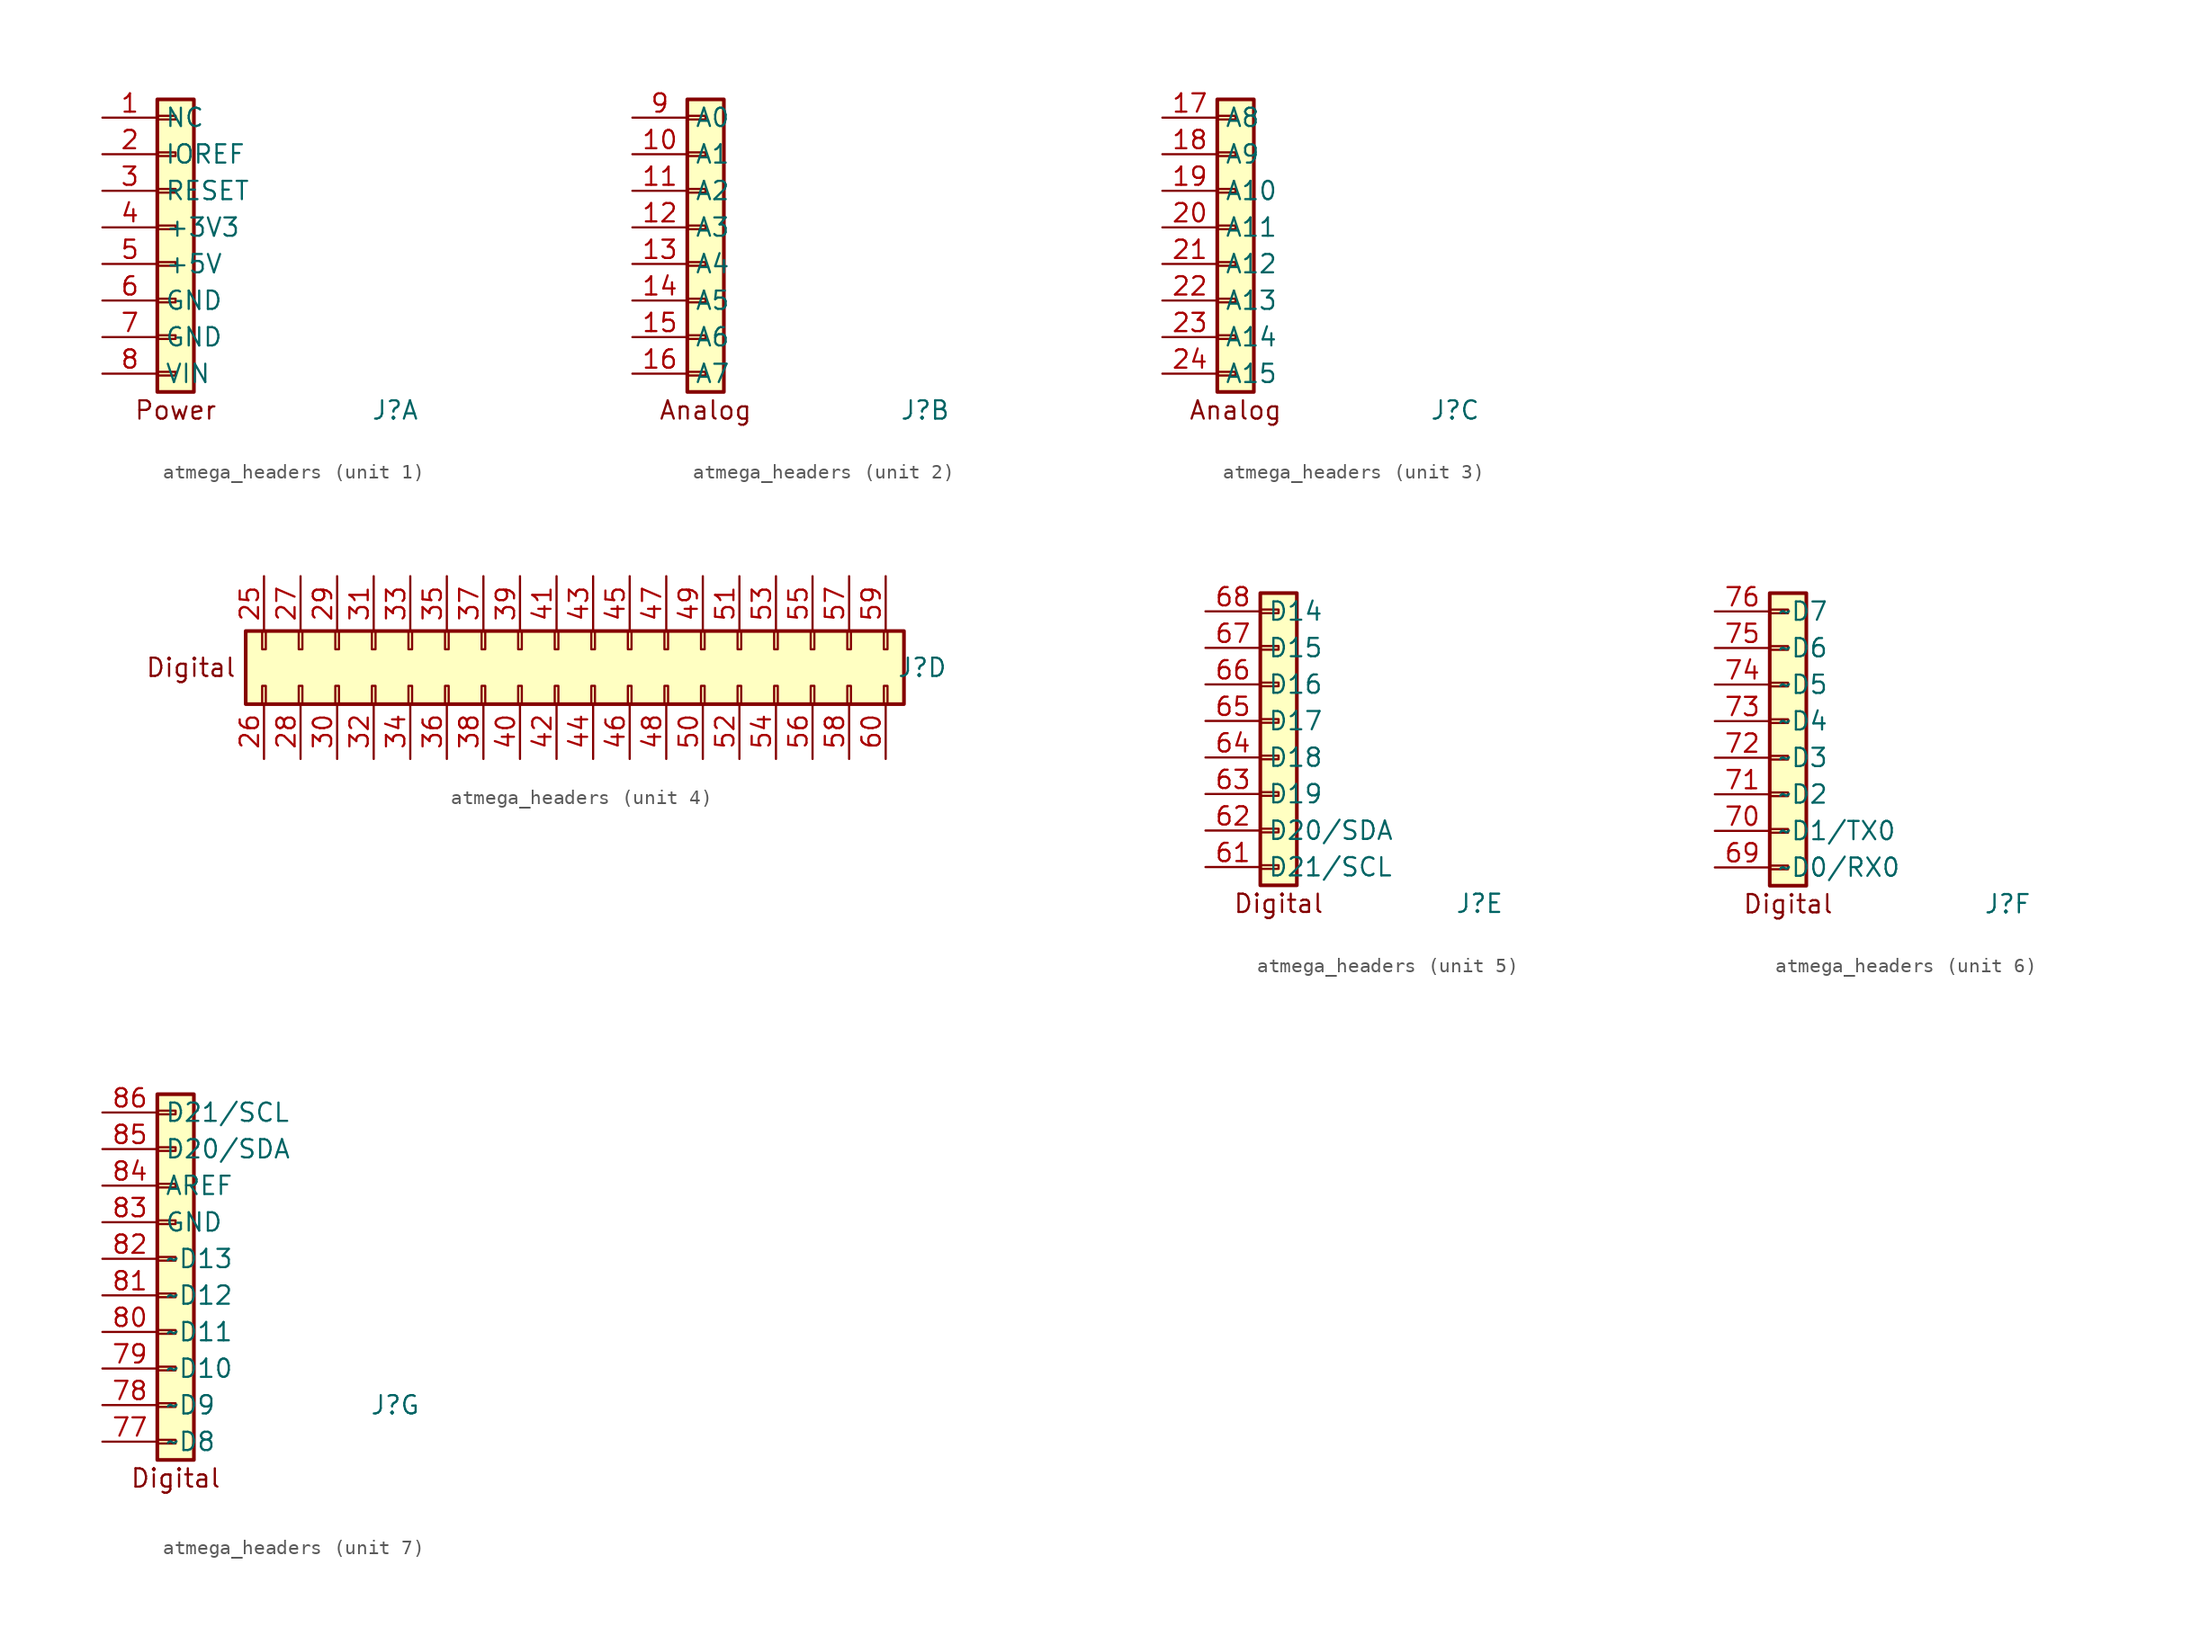
<source format=kicad_sym>
(kicad_symbol_lib
  (version 20231120)
  (generator "kicad_symbol_editor")
  (generator_version "8.0")
  (symbol "atmega_headers"
    (property "Reference" "J"
      (at 15.24 -22.86 0)
      (effects (font (size 1.27 1.27))))
    (property "Value" ""
      (at 21.59 -22.86 90)
      (effects (font (size 1.27 1.27))))
    (property "ki_locked" ""
      (at 0 0 0)
      (effects (font (size 1.27 1.27))))
    (symbol "atmega_headers_1_1"
      (rectangle (start -1.27 -20.193) (end 0 -20.447) (stroke (width 0.152) (type default)) (fill (type none)))
      (rectangle (start -1.27 -17.653) (end 0 -17.907) (stroke (width 0.152) (type default)) (fill (type none)))
      (rectangle (start -1.27 -15.113) (end 0 -15.367) (stroke (width 0.152) (type default)) (fill (type none)))
      (rectangle (start -1.27 -12.573) (end 0 -12.827) (stroke (width 0.152) (type default)) (fill (type none)))
      (rectangle (start -1.27 -10.033) (end 0 -10.287) (stroke (width 0.152) (type default)) (fill (type none)))
      (rectangle (start -1.27 -7.493) (end 0 -7.747) (stroke (width 0.152) (type default)) (fill (type none)))
      (rectangle (start -1.27 -4.953) (end 0 -5.207) (stroke (width 0.152) (type default)) (fill (type none)))
      (rectangle (start -1.27 -2.413) (end 0 -2.667) (stroke (width 0.152) (type default)) (fill (type none)))
      (rectangle (start -1.27 -1.27) (end 1.27 -21.59) (stroke (width 0.254) (type default)) (fill (type background)))
      (text "Power" (at 0 -22.86 0) (effects (font (face "KiCad Font") (size 1.27 1.27))))
      (pin passive line (at -5.08 -2.54 0) (length 3.81) (name "NC" (effects (font (size 1.27 1.27)))) (number "1" (effects (font (size 1.27 1.27)))))
      (pin passive line (at -5.08 -5.08 0) (length 3.81) (name "IOREF" (effects (font (size 1.27 1.27)))) (number "2" (effects (font (size 1.27 1.27)))))
      (pin passive line (at -5.08 -7.62 0) (length 3.81) (name "RESET" (effects (font (size 1.27 1.27)))) (number "3" (effects (font (size 1.27 1.27)))))
      (pin passive line (at -5.08 -10.16 0) (length 3.81) (name "+3V3" (effects (font (size 1.27 1.27)))) (number "4" (effects (font (size 1.27 1.27)))))
      (pin passive line (at -5.08 -12.7 0) (length 3.81) (name "+5V" (effects (font (size 1.27 1.27)))) (number "5" (effects (font (size 1.27 1.27)))))
      (pin passive line (at -5.08 -15.24 0) (length 3.81) (name "GND" (effects (font (size 1.27 1.27)))) (number "6" (effects (font (size 1.27 1.27)))))
      (pin passive line (at -5.08 -17.78 0) (length 3.81) (name "GND" (effects (font (size 1.27 1.27)))) (number "7" (effects (font (size 1.27 1.27)))))
      (pin passive line (at -5.08 -20.32 0) (length 3.81) (name "VIN" (effects (font (size 1.27 1.27)))) (number "8" (effects (font (size 1.27 1.27))))))
    (symbol "atmega_headers_2_1"
      (rectangle (start -1.27 -20.193) (end 0 -20.447) (stroke (width 0.152) (type default)) (fill (type none)))
      (rectangle (start -1.27 -17.653) (end 0 -17.907) (stroke (width 0.152) (type default)) (fill (type none)))
      (rectangle (start -1.27 -15.113) (end 0 -15.367) (stroke (width 0.152) (type default)) (fill (type none)))
      (rectangle (start -1.27 -12.573) (end 0 -12.827) (stroke (width 0.152) (type default)) (fill (type none)))
      (rectangle (start -1.27 -10.033) (end 0 -10.287) (stroke (width 0.152) (type default)) (fill (type none)))
      (rectangle (start -1.27 -7.493) (end 0 -7.747) (stroke (width 0.152) (type default)) (fill (type none)))
      (rectangle (start -1.27 -4.953) (end 0 -5.207) (stroke (width 0.152) (type default)) (fill (type none)))
      (rectangle (start -1.27 -2.413) (end 0 -2.667) (stroke (width 0.152) (type default)) (fill (type none)))
      (rectangle (start -1.27 -1.27) (end 1.27 -21.59) (stroke (width 0.254) (type default)) (fill (type background)))
      (text "Analog" (at 0 -22.86 0) (effects (font (size 1.27 1.27))))
      (pin passive line (at -5.08 -5.08 0) (length 3.81) (name "A1" (effects (font (size 1.27 1.27)))) (number "10" (effects (font (size 1.27 1.27)))))
      (pin passive line (at -5.08 -7.62 0) (length 3.81) (name "A2" (effects (font (size 1.27 1.27)))) (number "11" (effects (font (size 1.27 1.27)))))
      (pin passive line (at -5.08 -10.16 0) (length 3.81) (name "A3" (effects (font (size 1.27 1.27)))) (number "12" (effects (font (size 1.27 1.27)))))
      (pin passive line (at -5.08 -12.7 0) (length 3.81) (name "A4" (effects (font (size 1.27 1.27)))) (number "13" (effects (font (size 1.27 1.27)))))
      (pin passive line (at -5.08 -15.24 0) (length 3.81) (name "A5" (effects (font (size 1.27 1.27)))) (number "14" (effects (font (size 1.27 1.27)))))
      (pin passive line (at -5.08 -17.78 0) (length 3.81) (name "A6" (effects (font (size 1.27 1.27)))) (number "15" (effects (font (size 1.27 1.27)))))
      (pin passive line (at -5.08 -20.32 0) (length 3.81) (name "A7" (effects (font (size 1.27 1.27)))) (number "16" (effects (font (size 1.27 1.27)))))
      (pin passive line (at -5.08 -2.54 0) (length 3.81) (name "A0" (effects (font (size 1.27 1.27)))) (number "9" (effects (font (size 1.27 1.27))))))
    (symbol "atmega_headers_3_1"
      (rectangle (start -1.27 -20.193) (end 0 -20.447) (stroke (width 0.152) (type default)) (fill (type none)))
      (rectangle (start -1.27 -17.653) (end 0 -17.907) (stroke (width 0.152) (type default)) (fill (type none)))
      (rectangle (start -1.27 -15.113) (end 0 -15.367) (stroke (width 0.152) (type default)) (fill (type none)))
      (rectangle (start -1.27 -12.573) (end 0 -12.827) (stroke (width 0.152) (type default)) (fill (type none)))
      (rectangle (start -1.27 -10.033) (end 0 -10.287) (stroke (width 0.152) (type default)) (fill (type none)))
      (rectangle (start -1.27 -7.493) (end 0 -7.747) (stroke (width 0.152) (type default)) (fill (type none)))
      (rectangle (start -1.27 -4.953) (end 0 -5.207) (stroke (width 0.152) (type default)) (fill (type none)))
      (rectangle (start -1.27 -2.413) (end 0 -2.667) (stroke (width 0.152) (type default)) (fill (type none)))
      (rectangle (start -1.27 -1.27) (end 1.27 -21.59) (stroke (width 0.254) (type default)) (fill (type background)))
      (text "Analog" (at 0 -22.86 0) (effects (font (size 1.27 1.27))))
      (pin passive line (at -5.08 -2.54 0) (length 3.81) (name "A8" (effects (font (size 1.27 1.27)))) (number "17" (effects (font (size 1.27 1.27)))))
      (pin passive line (at -5.08 -5.08 0) (length 3.81) (name "A9" (effects (font (size 1.27 1.27)))) (number "18" (effects (font (size 1.27 1.27)))))
      (pin passive line (at -5.08 -7.62 0) (length 3.81) (name "A10" (effects (font (size 1.27 1.27)))) (number "19" (effects (font (size 1.27 1.27)))))
      (pin passive line (at -5.08 -10.16 0) (length 3.81) (name "A11" (effects (font (size 1.27 1.27)))) (number "20" (effects (font (size 1.27 1.27)))))
      (pin passive line (at -5.08 -12.7 0) (length 3.81) (name "A12" (effects (font (size 1.27 1.27)))) (number "21" (effects (font (size 1.27 1.27)))))
      (pin passive line (at -5.08 -15.24 0) (length 3.81) (name "A13" (effects (font (size 1.27 1.27)))) (number "22" (effects (font (size 1.27 1.27)))))
      (pin passive line (at -5.08 -17.78 0) (length 3.81) (name "A14" (effects (font (size 1.27 1.27)))) (number "23" (effects (font (size 1.27 1.27)))))
      (pin passive line (at -5.08 -20.32 0) (length 3.81) (name "A15" (effects (font (size 1.27 1.27)))) (number "24" (effects (font (size 1.27 1.27))))))
    (symbol "atmega_headers_4_1"
      (rectangle (start -31.75 -25.4) (end 13.97 -20.32) (stroke (width 0.254) (type default)) (fill (type background)))
      (rectangle (start -30.607 -21.59) (end -30.353 -20.32) (stroke (width 0.152) (type default)) (fill (type none)))
      (rectangle (start -30.353 -24.13) (end -30.607 -25.4) (stroke (width 0.152) (type default)) (fill (type none)))
      (rectangle (start -27.813 -24.13) (end -28.067 -25.4) (stroke (width 0.152) (type default)) (fill (type none)))
      (rectangle (start -27.813 -21.59) (end -28.067 -20.32) (stroke (width 0.152) (type default)) (fill (type none)))
      (rectangle (start -25.273 -24.13) (end -25.527 -25.4) (stroke (width 0.152) (type default)) (fill (type none)))
      (rectangle (start -25.273 -21.59) (end -25.527 -20.32) (stroke (width 0.152) (type default)) (fill (type none)))
      (rectangle (start -22.733 -24.13) (end -22.987 -25.4) (stroke (width 0.152) (type default)) (fill (type none)))
      (rectangle (start -22.733 -21.59) (end -22.987 -20.32) (stroke (width 0.152) (type default)) (fill (type none)))
      (rectangle (start -20.193 -24.13) (end -20.447 -25.4) (stroke (width 0.152) (type default)) (fill (type none)))
      (rectangle (start -20.193 -21.59) (end -20.447 -20.32) (stroke (width 0.152) (type default)) (fill (type none)))
      (rectangle (start -17.653 -24.13) (end -17.907 -25.4) (stroke (width 0.152) (type default)) (fill (type none)))
      (rectangle (start -17.653 -21.59) (end -17.907 -20.32) (stroke (width 0.152) (type default)) (fill (type none)))
      (rectangle (start -15.113 -24.13) (end -15.367 -25.4) (stroke (width 0.152) (type default)) (fill (type none)))
      (rectangle (start -15.113 -21.59) (end -15.367 -20.32) (stroke (width 0.152) (type default)) (fill (type none)))
      (rectangle (start -12.573 -24.13) (end -12.827 -25.4) (stroke (width 0.152) (type default)) (fill (type none)))
      (rectangle (start -12.573 -21.59) (end -12.827 -20.32) (stroke (width 0.152) (type default)) (fill (type none)))
      (rectangle (start -10.033 -24.13) (end -10.287 -25.4) (stroke (width 0.152) (type default)) (fill (type none)))
      (rectangle (start -10.033 -21.59) (end -10.287 -20.32) (stroke (width 0.152) (type default)) (fill (type none)))
      (rectangle (start -7.493 -24.13) (end -7.747 -25.4) (stroke (width 0.152) (type default)) (fill (type none)))
      (rectangle (start -7.493 -21.59) (end -7.747 -20.32) (stroke (width 0.152) (type default)) (fill (type none)))
      (rectangle (start -4.953 -24.13) (end -5.207 -25.4) (stroke (width 0.152) (type default)) (fill (type none)))
      (rectangle (start -4.953 -21.59) (end -5.207 -20.32) (stroke (width 0.152) (type default)) (fill (type none)))
      (rectangle (start -2.413 -24.13) (end -2.667 -25.4) (stroke (width 0.152) (type default)) (fill (type none)))
      (rectangle (start -2.413 -21.59) (end -2.667 -20.32) (stroke (width 0.152) (type default)) (fill (type none)))
      (rectangle (start 0.127 -24.13) (end -0.127 -25.4) (stroke (width 0.152) (type default)) (fill (type none)))
      (rectangle (start 0.127 -21.59) (end -0.127 -20.32) (stroke (width 0.152) (type default)) (fill (type none)))
      (rectangle (start 2.667 -24.13) (end 2.413 -25.4) (stroke (width 0.152) (type default)) (fill (type none)))
      (rectangle (start 2.667 -21.59) (end 2.413 -20.32) (stroke (width 0.152) (type default)) (fill (type none)))
      (rectangle (start 5.207 -24.13) (end 4.953 -25.4) (stroke (width 0.152) (type default)) (fill (type none)))
      (rectangle (start 5.207 -21.59) (end 4.953 -20.32) (stroke (width 0.152) (type default)) (fill (type none)))
      (rectangle (start 7.747 -24.13) (end 7.493 -25.4) (stroke (width 0.152) (type default)) (fill (type none)))
      (rectangle (start 7.747 -21.59) (end 7.493 -20.32) (stroke (width 0.152) (type default)) (fill (type none)))
      (rectangle (start 10.287 -24.13) (end 10.033 -25.4) (stroke (width 0.152) (type default)) (fill (type none)))
      (rectangle (start 10.287 -21.59) (end 10.033 -20.32) (stroke (width 0.152) (type default)) (fill (type none)))
      (rectangle (start 12.827 -24.13) (end 12.573 -25.4) (stroke (width 0.152) (type default)) (fill (type none)))
      (rectangle (start 12.827 -21.59) (end 12.573 -20.32) (stroke (width 0.152) (type default)) (fill (type none)))
      (text "Digital" (at -35.56 -22.86 0) (effects (font (size 1.27 1.27))))
      (pin passive line (at -30.48 -16.51 270) (length 3.81) (name "GND" (effects (font (size 0 0)))) (number "25" (effects (font (size 1.27 1.27)))))
      (pin passive line (at -30.48 -29.21 90) (length 3.81) (name "GND" (effects (font (size 0 0)))) (number "26" (effects (font (size 1.27 1.27)))))
      (pin passive line (at -27.94 -16.51 270) (length 3.81) (name "SCK" (effects (font (size 0 0)))) (number "27" (effects (font (size 1.27 1.27)))))
      (pin passive line (at -27.94 -29.21 90) (length 3.81) (name "~SS" (effects (font (size 0 0)))) (number "28" (effects (font (size 1.27 1.27)))))
      (pin passive line (at -25.4 -16.51 270) (length 3.81) (name "CIPO" (effects (font (size 0 0)))) (number "29" (effects (font (size 1.27 1.27)))))
      (pin passive line (at -25.4 -29.21 90) (length 3.81) (name "COPI" (effects (font (size 0 0)))) (number "30" (effects (font (size 1.27 1.27)))))
      (pin passive line (at -22.86 -16.51 270) (length 3.81) (name "D48" (effects (font (size 0 0)))) (number "31" (effects (font (size 1.27 1.27)))))
      (pin passive line (at -22.86 -29.21 90) (length 3.81) (name "D49" (effects (font (size 0 0)))) (number "32" (effects (font (size 1.27 1.27)))))
      (pin passive line (at -20.32 -16.51 270) (length 3.81) (name "D46~" (effects (font (size 0 0)))) (number "33" (effects (font (size 1.27 1.27)))))
      (pin passive line (at -20.32 -29.21 90) (length 3.81) (name "D47" (effects (font (size 0 0)))) (number "34" (effects (font (size 1.27 1.27)))))
      (pin passive line (at -17.78 -16.51 270) (length 3.81) (name "D44~" (effects (font (size 0 0)))) (number "35" (effects (font (size 1.27 1.27)))))
      (pin passive line (at -17.78 -29.21 90) (length 3.81) (name "~D45" (effects (font (size 0 0)))) (number "36" (effects (font (size 1.27 1.27)))))
      (pin passive line (at -15.24 -16.51 270) (length 3.81) (name "D42" (effects (font (size 0 0)))) (number "37" (effects (font (size 1.27 1.27)))))
      (pin passive line (at -15.24 -29.21 90) (length 3.81) (name "D43" (effects (font (size 0 0)))) (number "38" (effects (font (size 1.27 1.27)))))
      (pin passive line (at -12.7 -16.51 270) (length 3.81) (name "D40" (effects (font (size 0 0)))) (number "39" (effects (font (size 1.27 1.27)))))
      (pin passive line (at -12.7 -29.21 90) (length 3.81) (name "D41" (effects (font (size 0 0)))) (number "40" (effects (font (size 1.27 1.27)))))
      (pin passive line (at -10.16 -16.51 270) (length 3.81) (name "D38" (effects (font (size 0 0)))) (number "41" (effects (font (size 1.27 1.27)))))
      (pin passive line (at -10.16 -29.21 90) (length 3.81) (name "D39" (effects (font (size 0 0)))) (number "42" (effects (font (size 1.27 1.27)))))
      (pin passive line (at -7.62 -16.51 270) (length 3.81) (name "D36" (effects (font (size 0 0)))) (number "43" (effects (font (size 1.27 1.27)))))
      (pin passive line (at -7.62 -29.21 90) (length 3.81) (name "D37" (effects (font (size 0 0)))) (number "44" (effects (font (size 1.27 1.27)))))
      (pin passive line (at -5.08 -16.51 270) (length 3.81) (name "D34" (effects (font (size 0 0)))) (number "45" (effects (font (size 1.27 1.27)))))
      (pin passive line (at -5.08 -29.21 90) (length 3.81) (name "D35" (effects (font (size 0 0)))) (number "46" (effects (font (size 1.27 1.27)))))
      (pin passive line (at -2.54 -16.51 270) (length 3.81) (name "D32" (effects (font (size 0 0)))) (number "47" (effects (font (size 1.27 1.27)))))
      (pin passive line (at -2.54 -29.21 90) (length 3.81) (name "D33" (effects (font (size 0 0)))) (number "48" (effects (font (size 1.27 1.27)))))
      (pin passive line (at 0 -16.51 270) (length 3.81) (name "D30" (effects (font (size 0 0)))) (number "49" (effects (font (size 1.27 1.27)))))
      (pin passive line (at 0 -29.21 90) (length 3.81) (name "D31" (effects (font (size 0 0)))) (number "50" (effects (font (size 1.27 1.27)))))
      (pin passive line (at 2.54 -16.51 270) (length 3.81) (name "D28" (effects (font (size 0 0)))) (number "51" (effects (font (size 1.27 1.27)))))
      (pin passive line (at 2.54 -29.21 90) (length 3.81) (name "D29" (effects (font (size 0 0)))) (number "52" (effects (font (size 1.27 1.27)))))
      (pin passive line (at 5.08 -16.51 270) (length 3.81) (name "D26" (effects (font (size 0 0)))) (number "53" (effects (font (size 1.27 1.27)))))
      (pin passive line (at 5.08 -29.21 90) (length 3.81) (name "D27" (effects (font (size 0 0)))) (number "54" (effects (font (size 1.27 1.27)))))
      (pin passive line (at 7.62 -16.51 270) (length 3.81) (name "D24" (effects (font (size 0 0)))) (number "55" (effects (font (size 1.27 1.27)))))
      (pin passive line (at 7.62 -29.21 90) (length 3.81) (name "D25" (effects (font (size 0 0)))) (number "56" (effects (font (size 1.27 1.27)))))
      (pin passive line (at 10.16 -16.51 270) (length 3.81) (name "D22" (effects (font (size 0 0)))) (number "57" (effects (font (size 1.27 1.27)))))
      (pin passive line (at 10.16 -29.21 90) (length 3.81) (name "D23" (effects (font (size 0 0)))) (number "58" (effects (font (size 1.27 1.27)))))
      (pin passive line (at 12.7 -16.51 270) (length 3.81) (name "+5V" (effects (font (size 0 0)))) (number "59" (effects (font (size 1.27 1.27)))))
      (pin passive line (at 12.7 -29.21 90) (length 3.81) (name "+5V" (effects (font (size 0 0)))) (number "60" (effects (font (size 1.27 1.27))))))
    (symbol "atmega_headers_5_1"
      (rectangle (start 0 -20.193) (end 1.27 -20.447) (stroke (width 0.152) (type default)) (fill (type none)))
      (rectangle (start 0 -17.653) (end 1.27 -17.907) (stroke (width 0.152) (type default)) (fill (type none)))
      (rectangle (start 0 -15.113) (end 1.27 -15.367) (stroke (width 0.152) (type default)) (fill (type none)))
      (rectangle (start 0 -12.573) (end 1.27 -12.827) (stroke (width 0.152) (type default)) (fill (type none)))
      (rectangle (start 0 -10.033) (end 1.27 -10.287) (stroke (width 0.152) (type default)) (fill (type none)))
      (rectangle (start 0 -7.493) (end 1.27 -7.747) (stroke (width 0.152) (type default)) (fill (type none)))
      (rectangle (start 0 -4.953) (end 1.27 -5.207) (stroke (width 0.152) (type default)) (fill (type none)))
      (rectangle (start 0 -2.413) (end 1.27 -2.667) (stroke (width 0.152) (type default)) (fill (type none)))
      (rectangle (start 0 -1.27) (end 2.54 -21.59) (stroke (width 0.254) (type default)) (fill (type background)))
      (text "Digital" (at 1.27 -22.86 0) (effects (font (face "KiCad Font") (size 1.27 1.27))))
      (pin passive line (at -3.81 -20.32 0) (length 3.81) (name "D21/SCL" (effects (font (size 1.27 1.27)))) (number "61" (effects (font (size 1.27 1.27)))))
      (pin passive line (at -3.81 -17.78 0) (length 3.81) (name "D20/SDA" (effects (font (size 1.27 1.27)))) (number "62" (effects (font (size 1.27 1.27)))))
      (pin passive line (at -3.81 -15.24 0) (length 3.81) (name "D19" (effects (font (size 1.27 1.27)))) (number "63" (effects (font (size 1.27 1.27)))))
      (pin passive line (at -3.81 -12.7 0) (length 3.81) (name "D18" (effects (font (size 1.27 1.27)))) (number "64" (effects (font (size 1.27 1.27)))))
      (pin passive line (at -3.81 -10.16 0) (length 3.81) (name "D17" (effects (font (size 1.27 1.27)))) (number "65" (effects (font (size 1.27 1.27)))))
      (pin passive line (at -3.81 -7.62 0) (length 3.81) (name "D16" (effects (font (size 1.27 1.27)))) (number "66" (effects (font (size 1.27 1.27)))))
      (pin passive line (at -3.81 -5.08 0) (length 3.81) (name "D15" (effects (font (size 1.27 1.27)))) (number "67" (effects (font (size 1.27 1.27)))))
      (pin passive line (at -3.81 -2.54 0) (length 3.81) (name "D14" (effects (font (size 1.27 1.27)))) (number "68" (effects (font (size 1.27 1.27))))))
    (symbol "atmega_headers_6_1"
      (rectangle (start -1.27 -20.193) (end 0 -20.447) (stroke (width 0.152) (type default)) (fill (type none)))
      (rectangle (start -1.27 -17.653) (end 0 -17.907) (stroke (width 0.152) (type default)) (fill (type none)))
      (rectangle (start -1.27 -15.113) (end 0 -15.367) (stroke (width 0.152) (type default)) (fill (type none)))
      (rectangle (start -1.27 -12.573) (end 0 -12.827) (stroke (width 0.152) (type default)) (fill (type none)))
      (rectangle (start -1.27 -10.033) (end 0 -10.287) (stroke (width 0.152) (type default)) (fill (type none)))
      (rectangle (start -1.27 -7.493) (end 0 -7.747) (stroke (width 0.152) (type default)) (fill (type none)))
      (rectangle (start -1.27 -4.953) (end 0 -5.207) (stroke (width 0.152) (type default)) (fill (type none)))
      (rectangle (start -1.27 -2.413) (end 0 -2.667) (stroke (width 0.152) (type default)) (fill (type none)))
      (rectangle (start -1.27 -1.27) (end 1.27 -21.59) (stroke (width 0.254) (type default)) (fill (type background)))
      (text "Digital" (at 0 -22.86 0) (effects (font (face "KiCad Font") (size 1.27 1.27))))
      (pin passive line (at -5.08 -20.32 0) (length 3.81) (name "~D0/RX0" (effects (font (size 1.27 1.27)))) (number "69" (effects (font (size 1.27 1.27)))))
      (pin passive line (at -5.08 -17.78 0) (length 3.81) (name "~D1/TX0" (effects (font (size 1.27 1.27)))) (number "70" (effects (font (size 1.27 1.27)))))
      (pin passive line (at -5.08 -15.24 0) (length 3.81) (name "~D2" (effects (font (size 1.27 1.27)))) (number "71" (effects (font (size 1.27 1.27)))))
      (pin passive line (at -5.08 -12.7 0) (length 3.81) (name "~D3" (effects (font (size 1.27 1.27)))) (number "72" (effects (font (size 1.27 1.27)))))
      (pin passive line (at -5.08 -10.16 0) (length 3.81) (name "~D4" (effects (font (size 1.27 1.27)))) (number "73" (effects (font (size 1.27 1.27)))))
      (pin passive line (at -5.08 -7.62 0) (length 3.81) (name "~D5" (effects (font (size 1.27 1.27)))) (number "74" (effects (font (size 1.27 1.27)))))
      (pin passive line (at -5.08 -5.08 0) (length 3.81) (name "~D6" (effects (font (size 1.27 1.27)))) (number "75" (effects (font (size 1.27 1.27)))))
      (pin passive line (at -5.08 -2.54 0) (length 3.81) (name "~D7" (effects (font (size 1.27 1.27)))) (number "76" (effects (font (size 1.27 1.27))))))
    (symbol "atmega_headers_7_1"
      (rectangle (start -1.27 -25.273) (end 0 -25.527) (stroke (width 0.152) (type default)) (fill (type none)))
      (rectangle (start -1.27 -22.733) (end 0 -22.987) (stroke (width 0.152) (type default)) (fill (type none)))
      (rectangle (start -1.27 -20.193) (end 0 -20.447) (stroke (width 0.152) (type default)) (fill (type none)))
      (rectangle (start -1.27 -17.653) (end 0 -17.907) (stroke (width 0.152) (type default)) (fill (type none)))
      (rectangle (start -1.27 -15.113) (end 0 -15.367) (stroke (width 0.152) (type default)) (fill (type none)))
      (rectangle (start -1.27 -12.573) (end 0 -12.827) (stroke (width 0.152) (type default)) (fill (type none)))
      (rectangle (start -1.27 -10.033) (end 0 -10.287) (stroke (width 0.152) (type default)) (fill (type none)))
      (rectangle (start -1.27 -7.493) (end 0 -7.747) (stroke (width 0.152) (type default)) (fill (type none)))
      (rectangle (start -1.27 -4.953) (end 0 -5.207) (stroke (width 0.152) (type default)) (fill (type none)))
      (rectangle (start -1.27 -2.413) (end 0 -2.667) (stroke (width 0.152) (type default)) (fill (type none)))
      (rectangle (start -1.27 -1.27) (end 1.27 -26.67) (stroke (width 0.254) (type default)) (fill (type background)))
      (text "Digital" (at 0 -27.94 0) (effects (font (size 1.27 1.27))))
      (pin passive line (at -5.08 -25.4 0) (length 3.81) (name "~D8" (effects (font (size 1.27 1.27)))) (number "77" (effects (font (size 1.27 1.27)))))
      (pin passive line (at -5.08 -22.86 0) (length 3.81) (name "~D9" (effects (font (size 1.27 1.27)))) (number "78" (effects (font (size 1.27 1.27)))))
      (pin passive line (at -5.08 -20.32 0) (length 3.81) (name "~D10" (effects (font (size 1.27 1.27)))) (number "79" (effects (font (size 1.27 1.27)))))
      (pin passive line (at -5.08 -17.78 0) (length 3.81) (name "~D11" (effects (font (size 1.27 1.27)))) (number "80" (effects (font (size 1.27 1.27)))))
      (pin passive line (at -5.08 -15.24 0) (length 3.81) (name "~D12" (effects (font (size 1.27 1.27)))) (number "81" (effects (font (size 1.27 1.27)))))
      (pin passive line (at -5.08 -12.7 0) (length 3.81) (name "~D13" (effects (font (size 1.27 1.27)))) (number "82" (effects (font (size 1.27 1.27)))))
      (pin passive line (at -5.08 -10.16 0) (length 3.81) (name "GND" (effects (font (size 1.27 1.27)))) (number "83" (effects (font (size 1.27 1.27)))))
      (pin passive line (at -5.08 -7.62 0) (length 3.81) (name "AREF" (effects (font (size 1.27 1.27)))) (number "84" (effects (font (size 1.27 1.27)))))
      (pin passive line (at -5.08 -5.08 0) (length 3.81) (name "D20/SDA" (effects (font (size 1.27 1.27)))) (number "85" (effects (font (size 1.27 1.27)))))
      (pin passive line (at -5.08 -2.54 0) (length 3.81) (name "D21/SCL" (effects (font (size 1.27 1.27)))) (number "86" (effects (font (size 1.27 1.27))))))))
</source>
